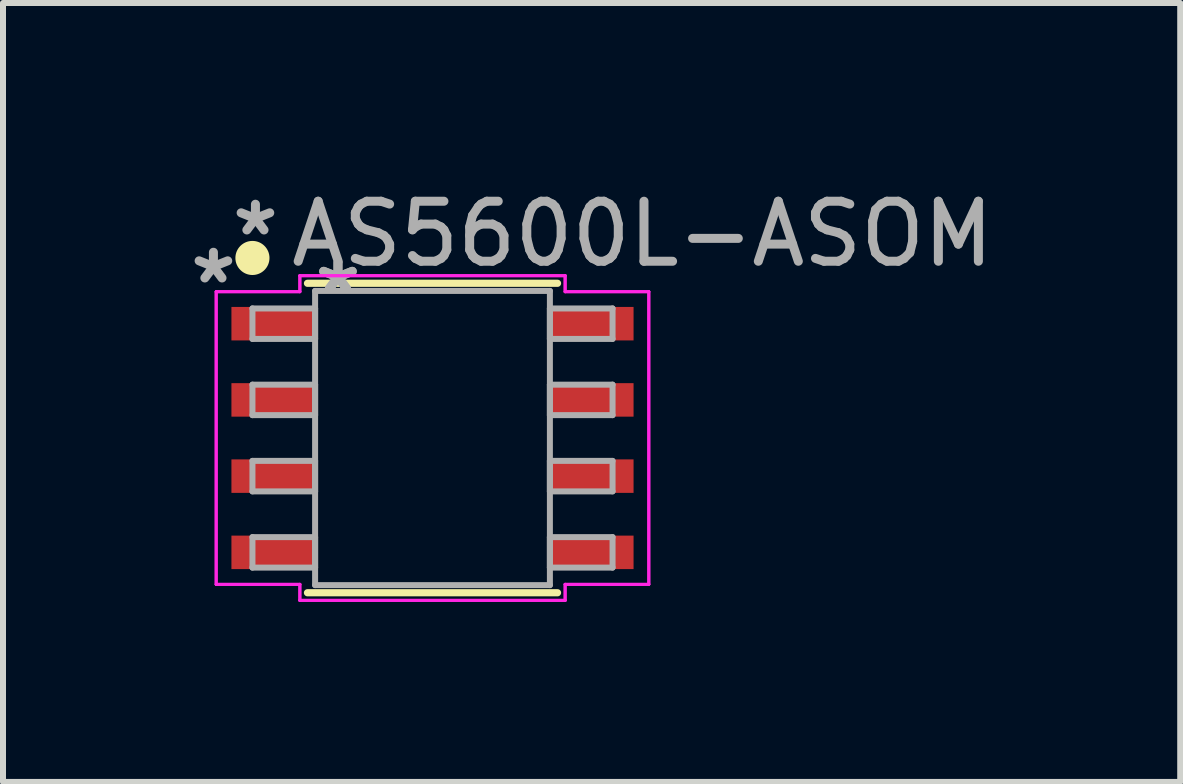
<source format=kicad_pcb>
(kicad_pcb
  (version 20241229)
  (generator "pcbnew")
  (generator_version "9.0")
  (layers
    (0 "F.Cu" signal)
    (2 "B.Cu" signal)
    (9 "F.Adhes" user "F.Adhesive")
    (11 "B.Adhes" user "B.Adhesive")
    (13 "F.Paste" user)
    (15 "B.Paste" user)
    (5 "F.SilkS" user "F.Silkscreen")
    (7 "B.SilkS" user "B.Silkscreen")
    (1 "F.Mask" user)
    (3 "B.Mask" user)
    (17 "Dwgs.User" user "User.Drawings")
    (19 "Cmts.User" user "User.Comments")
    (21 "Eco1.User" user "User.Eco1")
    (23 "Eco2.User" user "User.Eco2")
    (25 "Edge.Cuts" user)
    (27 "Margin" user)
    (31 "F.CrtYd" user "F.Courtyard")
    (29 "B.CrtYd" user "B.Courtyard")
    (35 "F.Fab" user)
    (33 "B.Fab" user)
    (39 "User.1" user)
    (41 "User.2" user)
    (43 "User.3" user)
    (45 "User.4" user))
  (footprint "AS5600L-ASOM"
    (layer "F.Cu")
    (at 4.156 4.248)
    (property "Reference" "AS5600L-ASOM" (at 3.5 -3.4 0) (layer "F.Fab") (effects (font (size 1 1) (thickness 0.15))))
    (attr through_hole)
    (fp_line (start -2.083 2.578) (end 2.083 2.578) (stroke (width 0.12) (type solid)) (layer "F.SilkS"))
    (fp_line (start 2.083 -2.578) (end -2.083 -2.578) (stroke (width 0.12) (type solid)) (layer "F.SilkS"))
    (fp_circle (center -3 -3) (end -2.776 -3) (stroke (width 0.12) (type solid)) (fill yes) (layer "F.SilkS"))
    (fp_line (start -3.604 -2.438) (end -2.21 -2.438) (stroke (width 0.05) (type solid)) (layer "F.CrtYd"))
    (fp_line (start -3.604 -2.438) (end -2.21 -2.438) (stroke (width 0.05) (type solid)) (layer "F.CrtYd"))
    (fp_line (start -3.604 2.438) (end -3.604 -2.438) (stroke (width 0.05) (type solid)) (layer "F.CrtYd"))
    (fp_line (start -3.604 2.438) (end -3.604 -2.438) (stroke (width 0.05) (type solid)) (layer "F.CrtYd"))
    (fp_line (start -3.604 2.438) (end -2.21 2.438) (stroke (width 0.05) (type solid)) (layer "F.CrtYd"))
    (fp_line (start -2.21 -2.705) (end 2.21 -2.705) (stroke (width 0.05) (type solid)) (layer "F.CrtYd"))
    (fp_line (start -2.21 -2.705) (end 2.21 -2.705) (stroke (width 0.05) (type solid)) (layer "F.CrtYd"))
    (fp_line (start -2.21 -2.438) (end -2.21 -2.705) (stroke (width 0.05) (type solid)) (layer "F.CrtYd"))
    (fp_line (start -2.21 -2.438) (end -2.21 -2.705) (stroke (width 0.05) (type solid)) (layer "F.CrtYd"))
    (fp_line (start -2.21 2.438) (end -3.604 2.438) (stroke (width 0.05) (type solid)) (layer "F.CrtYd"))
    (fp_line (start -2.21 2.705) (end -2.21 2.438) (stroke (width 0.05) (type solid)) (layer "F.CrtYd"))
    (fp_line (start -2.21 2.705) (end -2.21 2.438) (stroke (width 0.05) (type solid)) (layer "F.CrtYd"))
    (fp_line (start 2.21 -2.705) (end 2.21 -2.438) (stroke (width 0.05) (type solid)) (layer "F.CrtYd"))
    (fp_line (start 2.21 -2.705) (end 2.21 -2.438) (stroke (width 0.05) (type solid)) (layer "F.CrtYd"))
    (fp_line (start 2.21 -2.438) (end 3.604 -2.438) (stroke (width 0.05) (type solid)) (layer "F.CrtYd"))
    (fp_line (start 2.21 2.438) (end 2.21 2.705) (stroke (width 0.05) (type solid)) (layer "F.CrtYd"))
    (fp_line (start 2.21 2.438) (end 2.21 2.705) (stroke (width 0.05) (type solid)) (layer "F.CrtYd"))
    (fp_line (start 2.21 2.705) (end -2.21 2.705) (stroke (width 0.05) (type solid)) (layer "F.CrtYd"))
    (fp_line (start 2.21 2.705) (end -2.21 2.705) (stroke (width 0.05) (type solid)) (layer "F.CrtYd"))
    (fp_line (start 3.604 -2.438) (end 2.21 -2.438) (stroke (width 0.05) (type solid)) (layer "F.CrtYd"))
    (fp_line (start 3.604 -2.438) (end 3.604 2.438) (stroke (width 0.05) (type solid)) (layer "F.CrtYd"))
    (fp_line (start 3.604 -2.438) (end 3.604 2.438) (stroke (width 0.05) (type solid)) (layer "F.CrtYd"))
    (fp_line (start 3.604 2.438) (end 2.21 2.438) (stroke (width 0.05) (type solid)) (layer "F.CrtYd"))
    (fp_line (start 3.604 2.438) (end 2.21 2.438) (stroke (width 0.05) (type solid)) (layer "F.CrtYd"))
    (fp_line (start -3 -2.159) (end -3 -1.651) (stroke (width 0.1) (type solid)) (layer "F.Fab"))
    (fp_line (start -3 -1.651) (end -1.956 -1.651) (stroke (width 0.1) (type solid)) (layer "F.Fab"))
    (fp_line (start -3 -0.889) (end -3 -0.381) (stroke (width 0.1) (type solid)) (layer "F.Fab"))
    (fp_line (start -3 -0.381) (end -1.956 -0.381) (stroke (width 0.1) (type solid)) (layer "F.Fab"))
    (fp_line (start -3 0.381) (end -3 0.889) (stroke (width 0.1) (type solid)) (layer "F.Fab"))
    (fp_line (start -3 0.889) (end -1.956 0.889) (stroke (width 0.1) (type solid)) (layer "F.Fab"))
    (fp_line (start -3 1.651) (end -3 2.159) (stroke (width 0.1) (type solid)) (layer "F.Fab"))
    (fp_line (start -3 2.159) (end -1.956 2.159) (stroke (width 0.1) (type solid)) (layer "F.Fab"))
    (fp_line (start -1.956 -2.451) (end -1.956 2.451) (stroke (width 0.1) (type solid)) (layer "F.Fab"))
    (fp_line (start -1.956 -2.159) (end -3 -2.159) (stroke (width 0.1) (type solid)) (layer "F.Fab"))
    (fp_line (start -1.956 -1.651) (end -1.956 -2.159) (stroke (width 0.1) (type solid)) (layer "F.Fab"))
    (fp_line (start -1.956 -0.889) (end -3 -0.889) (stroke (width 0.1) (type solid)) (layer "F.Fab"))
    (fp_line (start -1.956 -0.381) (end -1.956 -0.889) (stroke (width 0.1) (type solid)) (layer "F.Fab"))
    (fp_line (start -1.956 0.381) (end -3 0.381) (stroke (width 0.1) (type solid)) (layer "F.Fab"))
    (fp_line (start -1.956 0.889) (end -1.956 0.381) (stroke (width 0.1) (type solid)) (layer "F.Fab"))
    (fp_line (start -1.956 1.651) (end -3 1.651) (stroke (width 0.1) (type solid)) (layer "F.Fab"))
    (fp_line (start -1.956 2.159) (end -1.956 1.651) (stroke (width 0.1) (type solid)) (layer "F.Fab"))
    (fp_line (start -1.956 2.451) (end 1.956 2.451) (stroke (width 0.1) (type solid)) (layer "F.Fab"))
    (fp_line (start 1.956 -2.451) (end -1.956 -2.451) (stroke (width 0.1) (type solid)) (layer "F.Fab"))
    (fp_line (start 1.956 -2.159) (end 1.956 -1.651) (stroke (width 0.1) (type solid)) (layer "F.Fab"))
    (fp_line (start 1.956 -1.651) (end 3 -1.651) (stroke (width 0.1) (type solid)) (layer "F.Fab"))
    (fp_line (start 1.956 -0.889) (end 1.956 -0.381) (stroke (width 0.1) (type solid)) (layer "F.Fab"))
    (fp_line (start 1.956 -0.381) (end 3 -0.381) (stroke (width 0.1) (type solid)) (layer "F.Fab"))
    (fp_line (start 1.956 0.381) (end 1.956 0.889) (stroke (width 0.1) (type solid)) (layer "F.Fab"))
    (fp_line (start 1.956 0.889) (end 3 0.889) (stroke (width 0.1) (type solid)) (layer "F.Fab"))
    (fp_line (start 1.956 1.651) (end 1.956 2.159) (stroke (width 0.1) (type solid)) (layer "F.Fab"))
    (fp_line (start 1.956 2.159) (end 3 2.159) (stroke (width 0.1) (type solid)) (layer "F.Fab"))
    (fp_line (start 1.956 2.451) (end 1.956 -2.451) (stroke (width 0.1) (type solid)) (layer "F.Fab"))
    (fp_line (start 3 -2.159) (end 1.956 -2.159) (stroke (width 0.1) (type solid)) (layer "F.Fab"))
    (fp_line (start 3 -1.651) (end 3 -2.159) (stroke (width 0.1) (type solid)) (layer "F.Fab"))
    (fp_line (start 3 -0.889) (end 1.956 -0.889) (stroke (width 0.1) (type solid)) (layer "F.Fab"))
    (fp_line (start 3 -0.381) (end 3 -0.889) (stroke (width 0.1) (type solid)) (layer "F.Fab"))
    (fp_line (start 3 0.381) (end 1.956 0.381) (stroke (width 0.1) (type solid)) (layer "F.Fab"))
    (fp_line (start 3 0.889) (end 3 0.381) (stroke (width 0.1) (type solid)) (layer "F.Fab"))
    (fp_line (start 3 1.651) (end 1.956 1.651) (stroke (width 0.1) (type solid)) (layer "F.Fab"))
    (fp_line (start 3 2.159) (end 3 1.651) (stroke (width 0.1) (type solid)) (layer "F.Fab"))
    (fp_text user "*" (at -1.575 -2.375 0) (layer "F.Fab") (effects (font (size 1 1) (thickness 0.15))))
    (fp_text user "*" (at -2.95 -3.35 0) (layer "F.Fab") (effects (font (size 1 1) (thickness 0.15))))
    (fp_text user "*" (at -3.65 -2.55 0) (layer "F.Fab") (effects (font (size 1 1) (thickness 0.15))))
    (fp_text user "*" (at -1.575 -2.375 0) (layer "F.Fab") (effects (font (size 1 1) (thickness 0.15))))
    (pad "1" smd rect (at -2.653 -1.905 180) (size 1.394 0.558) (layers "F.Cu" "F.Mask" "F.Paste"))
    (pad "2" smd rect (at -2.653 -0.635 180) (size 1.394 0.558) (layers "F.Cu" "F.Mask" "F.Paste"))
    (pad "3" smd rect (at -2.653 0.635 180) (size 1.394 0.558) (layers "F.Cu" "F.Mask" "F.Paste"))
    (pad "4" smd rect (at -2.653 1.905 180) (size 1.394 0.558) (layers "F.Cu" "F.Mask" "F.Paste"))
    (pad "5" smd rect (at 2.653 1.905 180) (size 1.394 0.558) (layers "F.Cu" "F.Mask" "F.Paste"))
    (pad "6" smd rect (at 2.653 0.635 180) (size 1.394 0.558) (layers "F.Cu" "F.Mask" "F.Paste"))
    (pad "7" smd rect (at 2.653 -0.635 180) (size 1.394 0.558) (layers "F.Cu" "F.Mask" "F.Paste"))
    (pad "8" smd rect (at 2.653 -1.905 180) (size 1.394 0.558) (layers "F.Cu" "F.Mask" "F.Paste")))
  (gr_rect
    (start -3 -3)
    (end 16.614 9.978)
    (stroke (width 0.1) (type default))
    (fill no)
    (layer "Edge.Cuts")))
</source>
